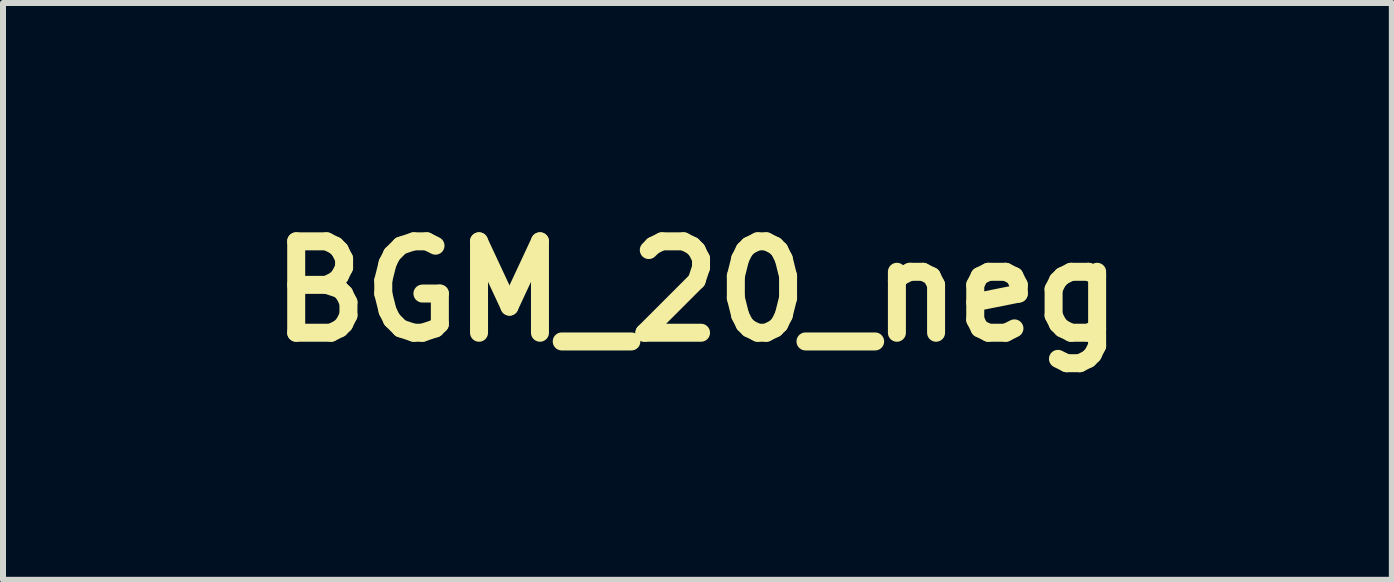
<source format=kicad_pcb>
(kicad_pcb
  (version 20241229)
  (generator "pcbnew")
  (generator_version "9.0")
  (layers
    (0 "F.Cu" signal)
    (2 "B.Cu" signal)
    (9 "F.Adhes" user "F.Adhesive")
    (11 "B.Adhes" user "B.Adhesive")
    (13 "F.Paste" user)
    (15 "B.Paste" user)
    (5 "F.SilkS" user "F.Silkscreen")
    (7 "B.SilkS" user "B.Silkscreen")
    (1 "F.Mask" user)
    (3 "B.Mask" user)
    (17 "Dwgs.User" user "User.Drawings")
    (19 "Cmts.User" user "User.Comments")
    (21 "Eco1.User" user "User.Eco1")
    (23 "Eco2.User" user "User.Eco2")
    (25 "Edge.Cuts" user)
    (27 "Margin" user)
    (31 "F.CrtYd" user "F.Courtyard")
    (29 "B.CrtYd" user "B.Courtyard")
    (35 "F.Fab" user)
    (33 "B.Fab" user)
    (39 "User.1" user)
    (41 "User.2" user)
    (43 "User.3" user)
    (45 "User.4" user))
  (footprint "BGM_20_neg"
    (layer "F.Cu")
    (at 8.565 1.808)
    (property "Reference" "BGM_20_neg" (at 0 0 0) (layer "F.SilkS") (effects (font (size 1.524 1.524) (thickness 0.3))))
    (attr through_hole)
    (fp_poly (pts (xy -6.268 -0.558) (xy -6.197 -0.553) (xy -6.153 -0.542) (xy -6.122 -0.52) (xy -6.097 -0.491) (xy -6.06 -0.413) (xy -6.073 -0.337) (xy -6.126 -0.273) (xy -6.166 -0.25) (xy -6.226 -0.236) (xy -6.318 -0.229) (xy -6.391 -0.229) (xy -6.604 -0.229) (xy -6.604 -0.559) (xy -6.377 -0.559) (xy -6.268 -0.558)) (stroke (width 0.01) (type solid)) (fill no) (layer "Eco2.User"))
    (fp_poly (pts (xy -6.24 0.005) (xy -6.137 0.022) (xy -6.071 0.055) (xy -6.034 0.108) (xy -6.021 0.184) (xy -6.02 0.208) (xy -6.028 0.279) (xy -6.057 0.328) (xy -6.114 0.359) (xy -6.207 0.375) (xy -6.341 0.381) (xy -6.368 0.381) (xy -6.604 0.381) (xy -6.604 0) (xy -6.386 0) (xy -6.24 0.005)) (stroke (width 0.01) (type solid)) (fill no) (layer "Eco2.User"))
    (fp_poly (pts (xy 8.585 1.803) (xy -8.56 1.803) (xy -8.56 0.615) (xy -6.883 0.615) (xy -6.445 0.605) (xy -6.275 0.6) (xy -6.147 0.594) (xy -6.054 0.586) (xy -5.989 0.575) (xy -5.942 0.56) (xy -5.927 0.552) (xy -5.833 0.476) (xy -5.771 0.374) (xy -5.741 0.258) (xy -5.746 0.14) (xy -5.785 0.03) (xy -5.858 -0.06) (xy -5.897 -0.087) (xy -5.97 -0.13) (xy -5.96 -0.14) (xy -5.531 -0.14) (xy -5.522 0.065) (xy -5.473 0.242) (xy -5.385 0.391) (xy -5.261 0.506) (xy -5.103 0.586) (xy -5.101 0.587) (xy -4.95 0.625) (xy -4.802 0.63) (xy -4.638 0.603) (xy -4.611 0.596) (xy -4.51 0.565) (xy -4.412 0.526) (xy -4.364 0.503) (xy -4.267 0.448) (xy -4.267 -0.152) (xy -4.851 -0.152) (xy -4.851 0.076) (xy -4.521 0.076) (xy -4.521 0.164) (xy -4.544 0.255) (xy -4.608 0.329) (xy -4.705 0.379) (xy -4.825 0.403) (xy -4.915 0.4) (xy -5.042 0.368) (xy -5.137 0.3) (xy -5.203 0.196) (xy -5.241 0.051) (xy -5.252 -0.063) (xy -5.255 -0.174) (xy -5.249 -0.253) (xy -5.231 -0.318) (xy -5.202 -0.381) (xy -5.12 -0.491) (xy -5.009 -0.559) (xy -4.873 -0.584) (xy -4.864 -0.584) (xy -4.756 -0.566) (xy -4.656 -0.517) (xy -4.584 -0.447) (xy -4.567 -0.419) (xy -4.531 -0.372) (xy -4.498 -0.367) (xy -4.447 -0.379) (xy -4.374 -0.393) (xy -4.364 -0.395) (xy -4.304 -0.409) (xy -4.283 -0.429) (xy -4.292 -0.467) (xy -4.295 -0.476) (xy -4.365 -0.608) (xy -4.462 -0.703) (xy -4.591 -0.765) (xy -4.714 -0.787) (xy -4.013 -0.787) (xy -4.013 0.61) (xy -3.759 0.61) (xy -3.759 0.398) (xy -3.758 0.303) (xy -3.755 0.187) (xy -3.75 0.059) (xy -3.745 -0.071) (xy -3.739 -0.194) (xy -3.732 -0.299) (xy -3.727 -0.378) (xy -3.722 -0.421) (xy -3.719 -0.426) (xy -3.712 -0.4) (xy -3.695 -0.333) (xy -3.669 -0.23) (xy -3.638 -0.1) (xy -3.603 0.049) (xy -3.592 0.095) (xy -3.471 0.61) (xy -3.21 0.61) (xy -3.085 0.083) (xy -2.959 -0.445) (xy -2.943 -0.254) (xy -2.937 -0.152) (xy -2.931 -0.017) (xy -2.927 0.133) (xy -2.924 0.273) (xy -2.921 0.61) (xy -2.667 0.61) (xy -2.667 0.22) (xy -1.929 0.22) (xy -1.916 0.283) (xy -1.878 0.372) (xy -1.797 0.483) (xy -1.68 0.568) (xy -1.566 0.612) (xy -1.465 0.626) (xy -1.34 0.625) (xy -1.212 0.612) (xy -1.102 0.588) (xy -1.058 0.572) (xy -0.945 0.493) (xy -0.872 0.382) (xy -0.84 0.243) (xy -0.838 0.201) (xy -0.847 0.087) (xy -0.878 -0.005) (xy -0.936 -0.081) (xy -1.027 -0.145) (xy -1.157 -0.203) (xy -1.332 -0.26) (xy -1.345 -0.263) (xy -1.476 -0.307) (xy -1.563 -0.351) (xy -1.609 -0.399) (xy -1.622 -0.455) (xy -1.62 -0.469) (xy -1.589 -0.524) (xy -1.524 -0.563) (xy -1.437 -0.582) (xy -1.345 -0.581) (xy -1.259 -0.558) (xy -1.205 -0.522) (xy -1.163 -0.469) (xy -1.143 -0.423) (xy -1.143 -0.42) (xy -1.131 -0.397) (xy -1.09 -0.385) (xy -1.009 -0.381) (xy -1.003 -0.381) (xy -0.916 -0.385) (xy -0.872 -0.404) (xy -0.866 -0.447) (xy -0.891 -0.524) (xy -0.898 -0.542) (xy -0.972 -0.655) (xy -1.083 -0.739) (xy -1.165 -0.77) (xy -0.711 -0.77) (xy -0.703 -0.742) (xy -0.681 -0.675) (xy -0.647 -0.574) (xy -0.604 -0.449) (xy -0.555 -0.306) (xy -0.502 -0.153) (xy -0.448 0.003) (xy -0.395 0.153) (xy -0.347 0.29) (xy -0.305 0.407) (xy -0.273 0.495) (xy -0.257 0.54) (xy -0.236 0.581) (xy -0.205 0.602) (xy -0.148 0.609) (xy -0.096 0.61) (xy 0.038 0.609) (xy 0.186 0.184) (xy 0.243 0.02) (xy 0.264 -0.04) (xy 1.17 -0.04) (xy 1.196 0.134) (xy 1.25 0.285) (xy 1.261 0.307) (xy 1.342 0.416) (xy 1.451 0.513) (xy 1.571 0.585) (xy 1.673 0.619) (xy 1.785 0.627) (xy 1.923 0.62) (xy 2.064 0.6) (xy 2.185 0.57) (xy 2.207 0.562) (xy 2.301 0.525) (xy 2.365 0.489) (xy 2.405 0.445) (xy 2.427 0.383) (xy 2.436 0.292) (xy 2.438 0.162) (xy 2.438 0.136) (xy 2.438 -0.104) (xy 2.657 -0.104) (xy 2.659 0.013) (xy 2.668 0.099) (xy 2.687 0.171) (xy 2.721 0.25) (xy 2.727 0.262) (xy 2.825 0.409) (xy 2.953 0.518) (xy 3.104 0.585) (xy 3.272 0.609) (xy 3.451 0.585) (xy 3.461 0.583) (xy 3.542 0.548) (xy 3.626 0.495) (xy 3.647 0.477) (xy 3.709 0.412) (xy 3.767 0.331) (xy 3.813 0.252) (xy 3.835 0.189) (xy 3.835 0.18) (xy 3.813 0.158) (xy 3.757 0.133) (xy 3.715 0.119) (xy 3.595 0.084) (xy 3.553 0.177) (xy 3.484 0.289) (xy 3.394 0.355) (xy 3.281 0.376) (xy 3.245 0.375) (xy 3.126 0.347) (xy 3.037 0.287) (xy 2.978 0.191) (xy 2.945 0.056) (xy 2.935 -0.102) (xy 2.947 -0.275) (xy 2.984 -0.407) (xy 3.047 -0.499) (xy 3.139 -0.556) (xy 3.233 -0.577) (xy 3.359 -0.571) (xy 3.464 -0.523) (xy 3.539 -0.439) (xy 3.544 -0.43) (xy 3.587 -0.374) (xy 3.627 -0.365) (xy 3.682 -0.379) (xy 3.754 -0.394) (xy 3.754 -0.394) (xy 3.81 -0.411) (xy 3.826 -0.436) (xy 3.821 -0.466) (xy 3.784 -0.542) (xy 3.723 -0.627) (xy 3.654 -0.7) (xy 3.621 -0.725) (xy 3.513 -0.773) (xy 3.442 -0.787) (xy 4.623 -0.787) (xy 4.623 0.61) (xy 4.877 0.61) (xy 4.877 0) (xy 5.436 0) (xy 5.436 0.61) (xy 5.715 0.61) (xy 5.715 -0.787) (xy 5.994 -0.787) (xy 5.994 0.61) (xy 6.248 0.61) (xy 6.248 0.398) (xy 6.25 0.303) (xy 6.253 0.187) (xy 6.257 0.059) (xy 6.263 -0.071) (xy 6.269 -0.194) (xy 6.275 -0.299) (xy 6.281 -0.378) (xy 6.286 -0.421) (xy 6.288 -0.426) (xy 6.296 -0.4) (xy 6.313 -0.333) (xy 6.338 -0.23) (xy 6.369 -0.1) (xy 6.405 0.049) (xy 6.416 0.095) (xy 6.537 0.61) (xy 6.797 0.61) (xy 6.923 0.083) (xy 7.048 -0.445) (xy 7.064 -0.254) (xy 7.071 -0.152) (xy 7.076 -0.017) (xy 7.081 0.133) (xy 7.083 0.273) (xy 7.087 0.61) (xy 7.341 0.61) (xy 7.341 -0.787) (xy 6.921 -0.787) (xy 6.809 -0.349) (xy 6.772 -0.205) (xy 6.738 -0.078) (xy 6.71 0.026) (xy 6.69 0.096) (xy 6.68 0.123) (xy 6.67 0.108) (xy 6.649 0.054) (xy 6.621 -0.032) (xy 6.588 -0.14) (xy 6.552 -0.262) (xy 6.516 -0.387) (xy 6.483 -0.508) (xy 6.456 -0.615) (xy 6.436 -0.699) (xy 6.427 -0.751) (xy 6.426 -0.758) (xy 6.403 -0.774) (xy 6.333 -0.784) (xy 6.213 -0.787) (xy 6.21 -0.787) (xy 5.994 -0.787) (xy 5.715 -0.787) (xy 5.436 -0.787) (xy 5.436 -0.229) (xy 4.877 -0.229) (xy 4.877 -0.787) (xy 4.623 -0.787) (xy 3.442 -0.787) (xy 3.377 -0.8) (xy 3.234 -0.804) (xy 3.142 -0.791) (xy 2.977 -0.732) (xy 2.846 -0.636) (xy 2.745 -0.501) (xy 2.729 -0.469) (xy 2.693 -0.387) (xy 2.671 -0.311) (xy 2.661 -0.223) (xy 2.657 -0.104) (xy 2.438 -0.104) (xy 2.438 -0.152) (xy 1.854 -0.152) (xy 1.854 0.076) (xy 2.159 0.076) (xy 2.159 0.188) (xy 2.156 0.258) (xy 2.138 0.299) (xy 2.093 0.331) (xy 2.049 0.353) (xy 1.907 0.4) (xy 1.772 0.4) (xy 1.651 0.358) (xy 1.553 0.275) (xy 1.505 0.202) (xy 1.471 0.121) (xy 1.454 0.032) (xy 1.448 -0.085) (xy 1.448 -0.101) (xy 1.462 -0.273) (xy 1.506 -0.405) (xy 1.582 -0.499) (xy 1.69 -0.557) (xy 1.797 -0.578) (xy 1.932 -0.572) (xy 2.04 -0.525) (xy 2.116 -0.442) (xy 2.122 -0.43) (xy 2.164 -0.374) (xy 2.205 -0.365) (xy 2.26 -0.379) (xy 2.33 -0.394) (xy 2.386 -0.41) (xy 2.408 -0.437) (xy 2.398 -0.483) (xy 2.357 -0.56) (xy 2.352 -0.57) (xy 2.258 -0.681) (xy 2.127 -0.758) (xy 1.959 -0.8) (xy 1.924 -0.804) (xy 1.732 -0.801) (xy 1.56 -0.755) (xy 1.412 -0.671) (xy 1.294 -0.551) (xy 1.213 -0.399) (xy 1.205 -0.378) (xy 1.172 -0.216) (xy 1.17 -0.04) (xy 0.264 -0.04) (xy 0.303 -0.152) (xy 0.361 -0.316) (xy 0.41 -0.455) (xy 0.431 -0.514) (xy 0.528 -0.787) (xy 0.237 -0.787) (xy 0.108 -0.375) (xy 0.064 -0.231) (xy 0.024 -0.096) (xy -0.008 0.017) (xy -0.03 0.1) (xy -0.037 0.133) (xy -0.052 0.194) (xy -0.068 0.227) (xy -0.071 0.229) (xy -0.085 0.206) (xy -0.111 0.141) (xy -0.147 0.043) (xy -0.192 -0.082) (xy -0.241 -0.228) (xy -0.256 -0.273) (xy -0.423 -0.775) (xy -0.567 -0.782) (xy -0.645 -0.783) (xy -0.697 -0.778) (xy -0.711 -0.77) (xy -1.165 -0.77) (xy -1.223 -0.791) (xy -1.388 -0.809) (xy -1.454 -0.805) (xy -1.608 -0.772) (xy -1.731 -0.707) (xy -1.82 -0.615) (xy -1.871 -0.503) (xy -1.879 -0.377) (xy -1.84 -0.243) (xy -1.838 -0.238) (xy -1.786 -0.165) (xy -1.701 -0.099) (xy -1.578 -0.037) (xy -1.41 0.023) (xy -1.366 0.036) (xy -1.238 0.08) (xy -1.154 0.122) (xy -1.109 0.169) (xy -1.096 0.225) (xy -1.103 0.269) (xy -1.143 0.333) (xy -1.218 0.379) (xy -1.313 0.403) (xy -1.416 0.404) (xy -1.512 0.379) (xy -1.57 0.343) (xy -1.625 0.284) (xy -1.66 0.221) (xy -1.662 0.213) (xy -1.683 0.166) (xy -1.72 0.159) (xy -1.735 0.162) (xy -1.805 0.174) (xy -1.861 0.177) (xy -1.91 0.187) (xy -1.929 0.22) (xy -2.667 0.22) (xy -2.667 -0.787) (xy -3.087 -0.787) (xy -3.198 -0.349) (xy -3.236 -0.205) (xy -3.269 -0.078) (xy -3.298 0.026) (xy -3.318 0.096) (xy -3.327 0.123) (xy -3.338 0.108) (xy -3.358 0.054) (xy -3.386 -0.032) (xy -3.42 -0.14) (xy -3.456 -0.262) (xy -3.491 -0.387) (xy -3.524 -0.508) (xy -3.552 -0.615) (xy -3.572 -0.699) (xy -3.581 -0.751) (xy -3.581 -0.758) (xy -3.605 -0.774) (xy -3.675 -0.784) (xy -3.794 -0.787) (xy -3.797 -0.787) (xy -4.013 -0.787) (xy -4.714 -0.787) (xy -4.756 -0.795) (xy -4.851 -0.799) (xy -5.011 -0.791) (xy -5.136 -0.763) (xy -5.24 -0.71) (xy -5.337 -0.628) (xy -5.432 -0.511) (xy -5.493 -0.378) (xy -5.525 -0.216) (xy -5.531 -0.14) (xy -5.96 -0.14) (xy -5.895 -0.205) (xy -5.822 -0.31) (xy -5.796 -0.425) (xy -5.816 -0.542) (xy -5.884 -0.651) (xy -5.89 -0.657) (xy -5.943 -0.704) (xy -6.008 -0.739) (xy -6.093 -0.763) (xy -6.206 -0.778) (xy -6.354 -0.785) (xy -6.521 -0.787) (xy -6.883 -0.787) (xy -6.883 0.615) (xy -8.56 0.615) (xy -8.56 -1.803) (xy 8.585 -1.803) (xy 8.585 1.803)) (stroke (width 0.01) (type solid)) (fill no) (layer "Eco2.User")))
  (gr_rect
    (start -3 -3)
    (end 20.155 6.617)
    (stroke (width 0.1) (type default))
    (fill no)
    (layer "Edge.Cuts")))
</source>
